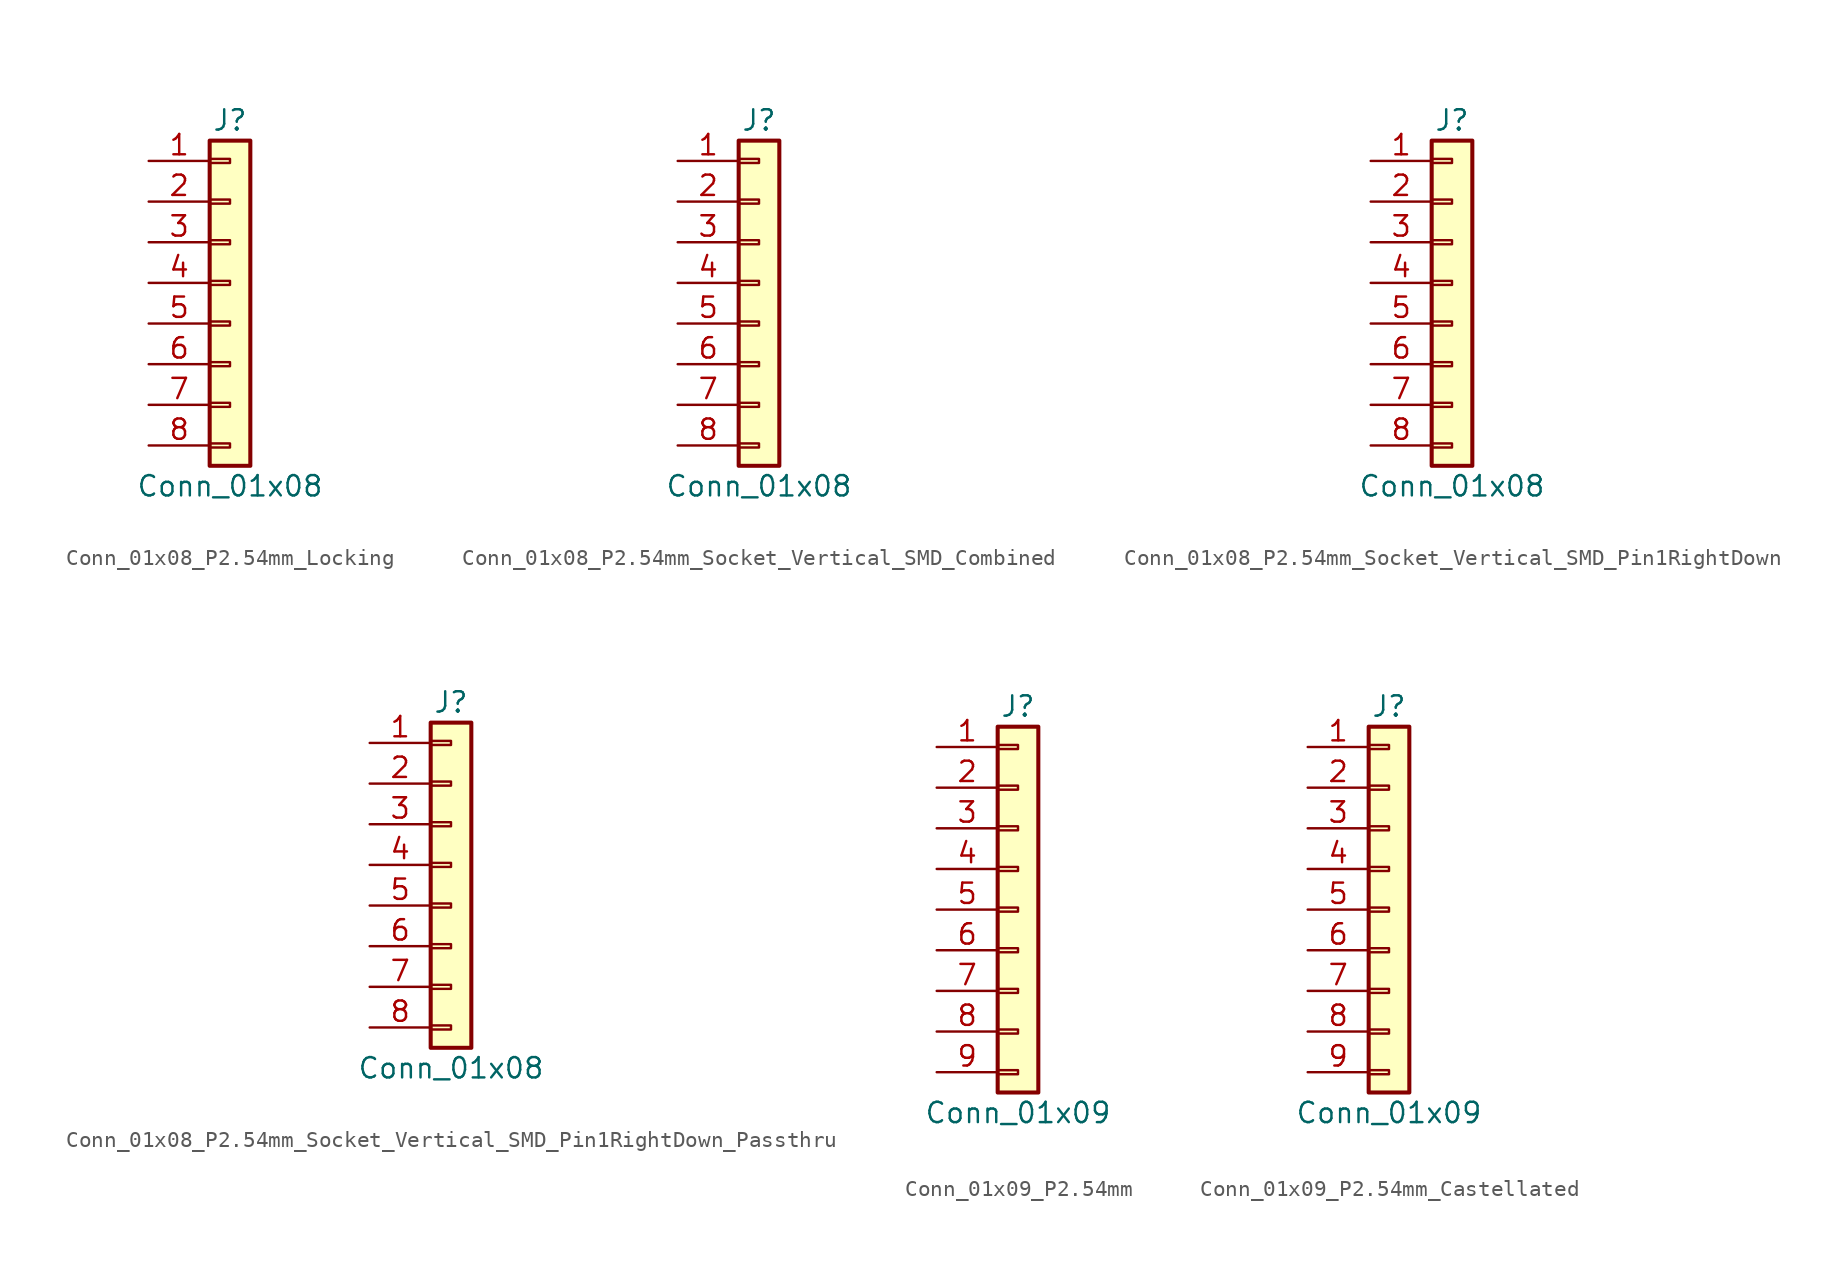
<source format=kicad_sym>
(kicad_symbol_lib
  (version 20241209)
  (generator "kicad_symbol_editor")
  (generator_version "9.0")
  (symbol "Conn_01x08_P2.54mm_Locking"
    (pin_names
      (offset 1.016)
      (hide yes))
    (property "Reference" "J"
      (at 0 10.16 0)
      (effects (font (size 1.27 1.27))))
    (property "Value" "Conn_01x08"
      (at 0 -12.7 0)
      (effects (font (size 1.27 1.27))))
    (symbol "Conn_01x08_P2.54mm_Locking_1_1"
      (rectangle (start -1.27 8.89) (end 1.27 -11.43) (stroke (width 0.254) (type default)) (fill (type background)))
      (rectangle (start -1.27 7.747) (end 0 7.493) (stroke (width 0.152) (type default)) (fill (type none)))
      (rectangle (start -1.27 5.207) (end 0 4.953) (stroke (width 0.152) (type default)) (fill (type none)))
      (rectangle (start -1.27 2.667) (end 0 2.413) (stroke (width 0.152) (type default)) (fill (type none)))
      (rectangle (start -1.27 0.127) (end 0 -0.127) (stroke (width 0.152) (type default)) (fill (type none)))
      (rectangle (start -1.27 -2.413) (end 0 -2.667) (stroke (width 0.152) (type default)) (fill (type none)))
      (rectangle (start -1.27 -4.953) (end 0 -5.207) (stroke (width 0.152) (type default)) (fill (type none)))
      (rectangle (start -1.27 -7.493) (end 0 -7.747) (stroke (width 0.152) (type default)) (fill (type none)))
      (rectangle (start -1.27 -10.033) (end 0 -10.287) (stroke (width 0.152) (type default)) (fill (type none)))
      (pin passive line (at -5.08 7.62 0) (length 3.81) (name "Pin_1" (effects (font (size 1.27 1.27)))) (number "1" (effects (font (size 1.27 1.27)))))
      (pin passive line (at -5.08 5.08 0) (length 3.81) (name "Pin_2" (effects (font (size 1.27 1.27)))) (number "2" (effects (font (size 1.27 1.27)))))
      (pin passive line (at -5.08 2.54 0) (length 3.81) (name "Pin_3" (effects (font (size 1.27 1.27)))) (number "3" (effects (font (size 1.27 1.27)))))
      (pin passive line (at -5.08 0 0) (length 3.81) (name "Pin_4" (effects (font (size 1.27 1.27)))) (number "4" (effects (font (size 1.27 1.27)))))
      (pin passive line (at -5.08 -2.54 0) (length 3.81) (name "Pin_5" (effects (font (size 1.27 1.27)))) (number "5" (effects (font (size 1.27 1.27)))))
      (pin passive line (at -5.08 -5.08 0) (length 3.81) (name "Pin_6" (effects (font (size 1.27 1.27)))) (number "6" (effects (font (size 1.27 1.27)))))
      (pin passive line (at -5.08 -7.62 0) (length 3.81) (name "Pin_7" (effects (font (size 1.27 1.27)))) (number "7" (effects (font (size 1.27 1.27)))))
      (pin passive line (at -5.08 -10.16 0) (length 3.81) (name "Pin_8" (effects (font (size 1.27 1.27)))) (number "8" (effects (font (size 1.27 1.27)))))))
  (symbol "Conn_01x08_P2.54mm_Socket_Vertical_SMD_Combined"
    (pin_names
      (offset 1.016)
      (hide yes))
    (property "Reference" "J"
      (at 0 10.16 0)
      (effects (font (size 1.27 1.27))))
    (property "Value" "Conn_01x08"
      (at 0 -12.7 0)
      (effects (font (size 1.27 1.27))))
    (symbol "Conn_01x08_P2.54mm_Socket_Vertical_SMD_Combined_1_1"
      (rectangle (start -1.27 8.89) (end 1.27 -11.43) (stroke (width 0.254) (type default)) (fill (type background)))
      (rectangle (start -1.27 7.747) (end 0 7.493) (stroke (width 0.152) (type default)) (fill (type none)))
      (rectangle (start -1.27 5.207) (end 0 4.953) (stroke (width 0.152) (type default)) (fill (type none)))
      (rectangle (start -1.27 2.667) (end 0 2.413) (stroke (width 0.152) (type default)) (fill (type none)))
      (rectangle (start -1.27 0.127) (end 0 -0.127) (stroke (width 0.152) (type default)) (fill (type none)))
      (rectangle (start -1.27 -2.413) (end 0 -2.667) (stroke (width 0.152) (type default)) (fill (type none)))
      (rectangle (start -1.27 -4.953) (end 0 -5.207) (stroke (width 0.152) (type default)) (fill (type none)))
      (rectangle (start -1.27 -7.493) (end 0 -7.747) (stroke (width 0.152) (type default)) (fill (type none)))
      (rectangle (start -1.27 -10.033) (end 0 -10.287) (stroke (width 0.152) (type default)) (fill (type none)))
      (pin passive line (at -5.08 7.62 0) (length 3.81) (name "Pin_1" (effects (font (size 1.27 1.27)))) (number "1" (effects (font (size 1.27 1.27)))))
      (pin passive line (at -5.08 5.08 0) (length 3.81) (name "Pin_2" (effects (font (size 1.27 1.27)))) (number "2" (effects (font (size 1.27 1.27)))))
      (pin passive line (at -5.08 2.54 0) (length 3.81) (name "Pin_3" (effects (font (size 1.27 1.27)))) (number "3" (effects (font (size 1.27 1.27)))))
      (pin passive line (at -5.08 0 0) (length 3.81) (name "Pin_4" (effects (font (size 1.27 1.27)))) (number "4" (effects (font (size 1.27 1.27)))))
      (pin passive line (at -5.08 -2.54 0) (length 3.81) (name "Pin_5" (effects (font (size 1.27 1.27)))) (number "5" (effects (font (size 1.27 1.27)))))
      (pin passive line (at -5.08 -5.08 0) (length 3.81) (name "Pin_6" (effects (font (size 1.27 1.27)))) (number "6" (effects (font (size 1.27 1.27)))))
      (pin passive line (at -5.08 -7.62 0) (length 3.81) (name "Pin_7" (effects (font (size 1.27 1.27)))) (number "7" (effects (font (size 1.27 1.27)))))
      (pin passive line (at -5.08 -10.16 0) (length 3.81) (name "Pin_8" (effects (font (size 1.27 1.27)))) (number "8" (effects (font (size 1.27 1.27)))))))
  (symbol "Conn_01x08_P2.54mm_Socket_Vertical_SMD_Pin1RightDown"
    (pin_names
      (offset 1.016)
      (hide yes))
    (property "Reference" "J"
      (at 0 10.16 0)
      (effects (font (size 1.27 1.27))))
    (property "Value" "Conn_01x08"
      (at 0 -12.7 0)
      (effects (font (size 1.27 1.27))))
    (symbol "Conn_01x08_P2.54mm_Socket_Vertical_SMD_Pin1RightDown_1_1"
      (rectangle (start -1.27 8.89) (end 1.27 -11.43) (stroke (width 0.254) (type default)) (fill (type background)))
      (rectangle (start -1.27 7.747) (end 0 7.493) (stroke (width 0.152) (type default)) (fill (type none)))
      (rectangle (start -1.27 5.207) (end 0 4.953) (stroke (width 0.152) (type default)) (fill (type none)))
      (rectangle (start -1.27 2.667) (end 0 2.413) (stroke (width 0.152) (type default)) (fill (type none)))
      (rectangle (start -1.27 0.127) (end 0 -0.127) (stroke (width 0.152) (type default)) (fill (type none)))
      (rectangle (start -1.27 -2.413) (end 0 -2.667) (stroke (width 0.152) (type default)) (fill (type none)))
      (rectangle (start -1.27 -4.953) (end 0 -5.207) (stroke (width 0.152) (type default)) (fill (type none)))
      (rectangle (start -1.27 -7.493) (end 0 -7.747) (stroke (width 0.152) (type default)) (fill (type none)))
      (rectangle (start -1.27 -10.033) (end 0 -10.287) (stroke (width 0.152) (type default)) (fill (type none)))
      (pin passive line (at -5.08 7.62 0) (length 3.81) (name "Pin_1" (effects (font (size 1.27 1.27)))) (number "1" (effects (font (size 1.27 1.27)))))
      (pin passive line (at -5.08 5.08 0) (length 3.81) (name "Pin_2" (effects (font (size 1.27 1.27)))) (number "2" (effects (font (size 1.27 1.27)))))
      (pin passive line (at -5.08 2.54 0) (length 3.81) (name "Pin_3" (effects (font (size 1.27 1.27)))) (number "3" (effects (font (size 1.27 1.27)))))
      (pin passive line (at -5.08 0 0) (length 3.81) (name "Pin_4" (effects (font (size 1.27 1.27)))) (number "4" (effects (font (size 1.27 1.27)))))
      (pin passive line (at -5.08 -2.54 0) (length 3.81) (name "Pin_5" (effects (font (size 1.27 1.27)))) (number "5" (effects (font (size 1.27 1.27)))))
      (pin passive line (at -5.08 -5.08 0) (length 3.81) (name "Pin_6" (effects (font (size 1.27 1.27)))) (number "6" (effects (font (size 1.27 1.27)))))
      (pin passive line (at -5.08 -7.62 0) (length 3.81) (name "Pin_7" (effects (font (size 1.27 1.27)))) (number "7" (effects (font (size 1.27 1.27)))))
      (pin passive line (at -5.08 -10.16 0) (length 3.81) (name "Pin_8" (effects (font (size 1.27 1.27)))) (number "8" (effects (font (size 1.27 1.27)))))))
  (symbol "Conn_01x08_P2.54mm_Socket_Vertical_SMD_Pin1RightDown_Passthru"
    (pin_names
      (offset 1.016)
      (hide yes))
    (property "Reference" "J"
      (at 0 10.16 0)
      (effects (font (size 1.27 1.27))))
    (property "Value" "Conn_01x08"
      (at 0 -12.7 0)
      (effects (font (size 1.27 1.27))))
    (symbol "Conn_01x08_P2.54mm_Socket_Vertical_SMD_Pin1RightDown_Passthru_1_1"
      (rectangle (start -1.27 8.89) (end 1.27 -11.43) (stroke (width 0.254) (type default)) (fill (type background)))
      (rectangle (start -1.27 7.747) (end 0 7.493) (stroke (width 0.152) (type default)) (fill (type none)))
      (rectangle (start -1.27 5.207) (end 0 4.953) (stroke (width 0.152) (type default)) (fill (type none)))
      (rectangle (start -1.27 2.667) (end 0 2.413) (stroke (width 0.152) (type default)) (fill (type none)))
      (rectangle (start -1.27 0.127) (end 0 -0.127) (stroke (width 0.152) (type default)) (fill (type none)))
      (rectangle (start -1.27 -2.413) (end 0 -2.667) (stroke (width 0.152) (type default)) (fill (type none)))
      (rectangle (start -1.27 -4.953) (end 0 -5.207) (stroke (width 0.152) (type default)) (fill (type none)))
      (rectangle (start -1.27 -7.493) (end 0 -7.747) (stroke (width 0.152) (type default)) (fill (type none)))
      (rectangle (start -1.27 -10.033) (end 0 -10.287) (stroke (width 0.152) (type default)) (fill (type none)))
      (pin passive line (at -5.08 7.62 0) (length 3.81) (name "Pin_1" (effects (font (size 1.27 1.27)))) (number "1" (effects (font (size 1.27 1.27)))))
      (pin passive line (at -5.08 5.08 0) (length 3.81) (name "Pin_2" (effects (font (size 1.27 1.27)))) (number "2" (effects (font (size 1.27 1.27)))))
      (pin passive line (at -5.08 2.54 0) (length 3.81) (name "Pin_3" (effects (font (size 1.27 1.27)))) (number "3" (effects (font (size 1.27 1.27)))))
      (pin passive line (at -5.08 0 0) (length 3.81) (name "Pin_4" (effects (font (size 1.27 1.27)))) (number "4" (effects (font (size 1.27 1.27)))))
      (pin passive line (at -5.08 -2.54 0) (length 3.81) (name "Pin_5" (effects (font (size 1.27 1.27)))) (number "5" (effects (font (size 1.27 1.27)))))
      (pin passive line (at -5.08 -5.08 0) (length 3.81) (name "Pin_6" (effects (font (size 1.27 1.27)))) (number "6" (effects (font (size 1.27 1.27)))))
      (pin passive line (at -5.08 -7.62 0) (length 3.81) (name "Pin_7" (effects (font (size 1.27 1.27)))) (number "7" (effects (font (size 1.27 1.27)))))
      (pin passive line (at -5.08 -10.16 0) (length 3.81) (name "Pin_8" (effects (font (size 1.27 1.27)))) (number "8" (effects (font (size 1.27 1.27)))))))
  (symbol "Conn_01x09_P2.54mm"
    (pin_names
      (offset 1.016)
      (hide yes))
    (property "Reference" "J"
      (at 0 12.7 0)
      (effects (font (size 1.27 1.27))))
    (property "Value" "Conn_01x09"
      (at 0 -12.7 0)
      (effects (font (size 1.27 1.27))))
    (symbol "Conn_01x09_P2.54mm_1_1"
      (rectangle (start -1.27 11.43) (end 1.27 -11.43) (stroke (width 0.254) (type default)) (fill (type background)))
      (rectangle (start -1.27 10.287) (end 0 10.033) (stroke (width 0.152) (type default)) (fill (type none)))
      (rectangle (start -1.27 7.747) (end 0 7.493) (stroke (width 0.152) (type default)) (fill (type none)))
      (rectangle (start -1.27 5.207) (end 0 4.953) (stroke (width 0.152) (type default)) (fill (type none)))
      (rectangle (start -1.27 2.667) (end 0 2.413) (stroke (width 0.152) (type default)) (fill (type none)))
      (rectangle (start -1.27 0.127) (end 0 -0.127) (stroke (width 0.152) (type default)) (fill (type none)))
      (rectangle (start -1.27 -2.413) (end 0 -2.667) (stroke (width 0.152) (type default)) (fill (type none)))
      (rectangle (start -1.27 -4.953) (end 0 -5.207) (stroke (width 0.152) (type default)) (fill (type none)))
      (rectangle (start -1.27 -7.493) (end 0 -7.747) (stroke (width 0.152) (type default)) (fill (type none)))
      (rectangle (start -1.27 -10.033) (end 0 -10.287) (stroke (width 0.152) (type default)) (fill (type none)))
      (pin passive line (at -5.08 10.16 0) (length 3.81) (name "Pin_1" (effects (font (size 1.27 1.27)))) (number "1" (effects (font (size 1.27 1.27)))))
      (pin passive line (at -5.08 7.62 0) (length 3.81) (name "Pin_2" (effects (font (size 1.27 1.27)))) (number "2" (effects (font (size 1.27 1.27)))))
      (pin passive line (at -5.08 5.08 0) (length 3.81) (name "Pin_3" (effects (font (size 1.27 1.27)))) (number "3" (effects (font (size 1.27 1.27)))))
      (pin passive line (at -5.08 2.54 0) (length 3.81) (name "Pin_4" (effects (font (size 1.27 1.27)))) (number "4" (effects (font (size 1.27 1.27)))))
      (pin passive line (at -5.08 0 0) (length 3.81) (name "Pin_5" (effects (font (size 1.27 1.27)))) (number "5" (effects (font (size 1.27 1.27)))))
      (pin passive line (at -5.08 -2.54 0) (length 3.81) (name "Pin_6" (effects (font (size 1.27 1.27)))) (number "6" (effects (font (size 1.27 1.27)))))
      (pin passive line (at -5.08 -5.08 0) (length 3.81) (name "Pin_7" (effects (font (size 1.27 1.27)))) (number "7" (effects (font (size 1.27 1.27)))))
      (pin passive line (at -5.08 -7.62 0) (length 3.81) (name "Pin_8" (effects (font (size 1.27 1.27)))) (number "8" (effects (font (size 1.27 1.27)))))
      (pin passive line (at -5.08 -10.16 0) (length 3.81) (name "Pin_9" (effects (font (size 1.27 1.27)))) (number "9" (effects (font (size 1.27 1.27)))))))
  (symbol "Conn_01x09_P2.54mm_Castellated"
    (pin_names
      (offset 1.016)
      (hide yes))
    (property "Reference" "J"
      (at 0 12.7 0)
      (effects (font (size 1.27 1.27))))
    (property "Value" "Conn_01x09"
      (at 0 -12.7 0)
      (effects (font (size 1.27 1.27))))
    (symbol "Conn_01x09_P2.54mm_Castellated_1_1"
      (rectangle (start -1.27 11.43) (end 1.27 -11.43) (stroke (width 0.254) (type default)) (fill (type background)))
      (rectangle (start -1.27 10.287) (end 0 10.033) (stroke (width 0.152) (type default)) (fill (type none)))
      (rectangle (start -1.27 7.747) (end 0 7.493) (stroke (width 0.152) (type default)) (fill (type none)))
      (rectangle (start -1.27 5.207) (end 0 4.953) (stroke (width 0.152) (type default)) (fill (type none)))
      (rectangle (start -1.27 2.667) (end 0 2.413) (stroke (width 0.152) (type default)) (fill (type none)))
      (rectangle (start -1.27 0.127) (end 0 -0.127) (stroke (width 0.152) (type default)) (fill (type none)))
      (rectangle (start -1.27 -2.413) (end 0 -2.667) (stroke (width 0.152) (type default)) (fill (type none)))
      (rectangle (start -1.27 -4.953) (end 0 -5.207) (stroke (width 0.152) (type default)) (fill (type none)))
      (rectangle (start -1.27 -7.493) (end 0 -7.747) (stroke (width 0.152) (type default)) (fill (type none)))
      (rectangle (start -1.27 -10.033) (end 0 -10.287) (stroke (width 0.152) (type default)) (fill (type none)))
      (pin passive line (at -5.08 10.16 0) (length 3.81) (name "Pin_1" (effects (font (size 1.27 1.27)))) (number "1" (effects (font (size 1.27 1.27)))))
      (pin passive line (at -5.08 7.62 0) (length 3.81) (name "Pin_2" (effects (font (size 1.27 1.27)))) (number "2" (effects (font (size 1.27 1.27)))))
      (pin passive line (at -5.08 5.08 0) (length 3.81) (name "Pin_3" (effects (font (size 1.27 1.27)))) (number "3" (effects (font (size 1.27 1.27)))))
      (pin passive line (at -5.08 2.54 0) (length 3.81) (name "Pin_4" (effects (font (size 1.27 1.27)))) (number "4" (effects (font (size 1.27 1.27)))))
      (pin passive line (at -5.08 0 0) (length 3.81) (name "Pin_5" (effects (font (size 1.27 1.27)))) (number "5" (effects (font (size 1.27 1.27)))))
      (pin passive line (at -5.08 -2.54 0) (length 3.81) (name "Pin_6" (effects (font (size 1.27 1.27)))) (number "6" (effects (font (size 1.27 1.27)))))
      (pin passive line (at -5.08 -5.08 0) (length 3.81) (name "Pin_7" (effects (font (size 1.27 1.27)))) (number "7" (effects (font (size 1.27 1.27)))))
      (pin passive line (at -5.08 -7.62 0) (length 3.81) (name "Pin_8" (effects (font (size 1.27 1.27)))) (number "8" (effects (font (size 1.27 1.27)))))
      (pin passive line (at -5.08 -10.16 0) (length 3.81) (name "Pin_9" (effects (font (size 1.27 1.27)))) (number "9" (effects (font (size 1.27 1.27))))))))
</source>
